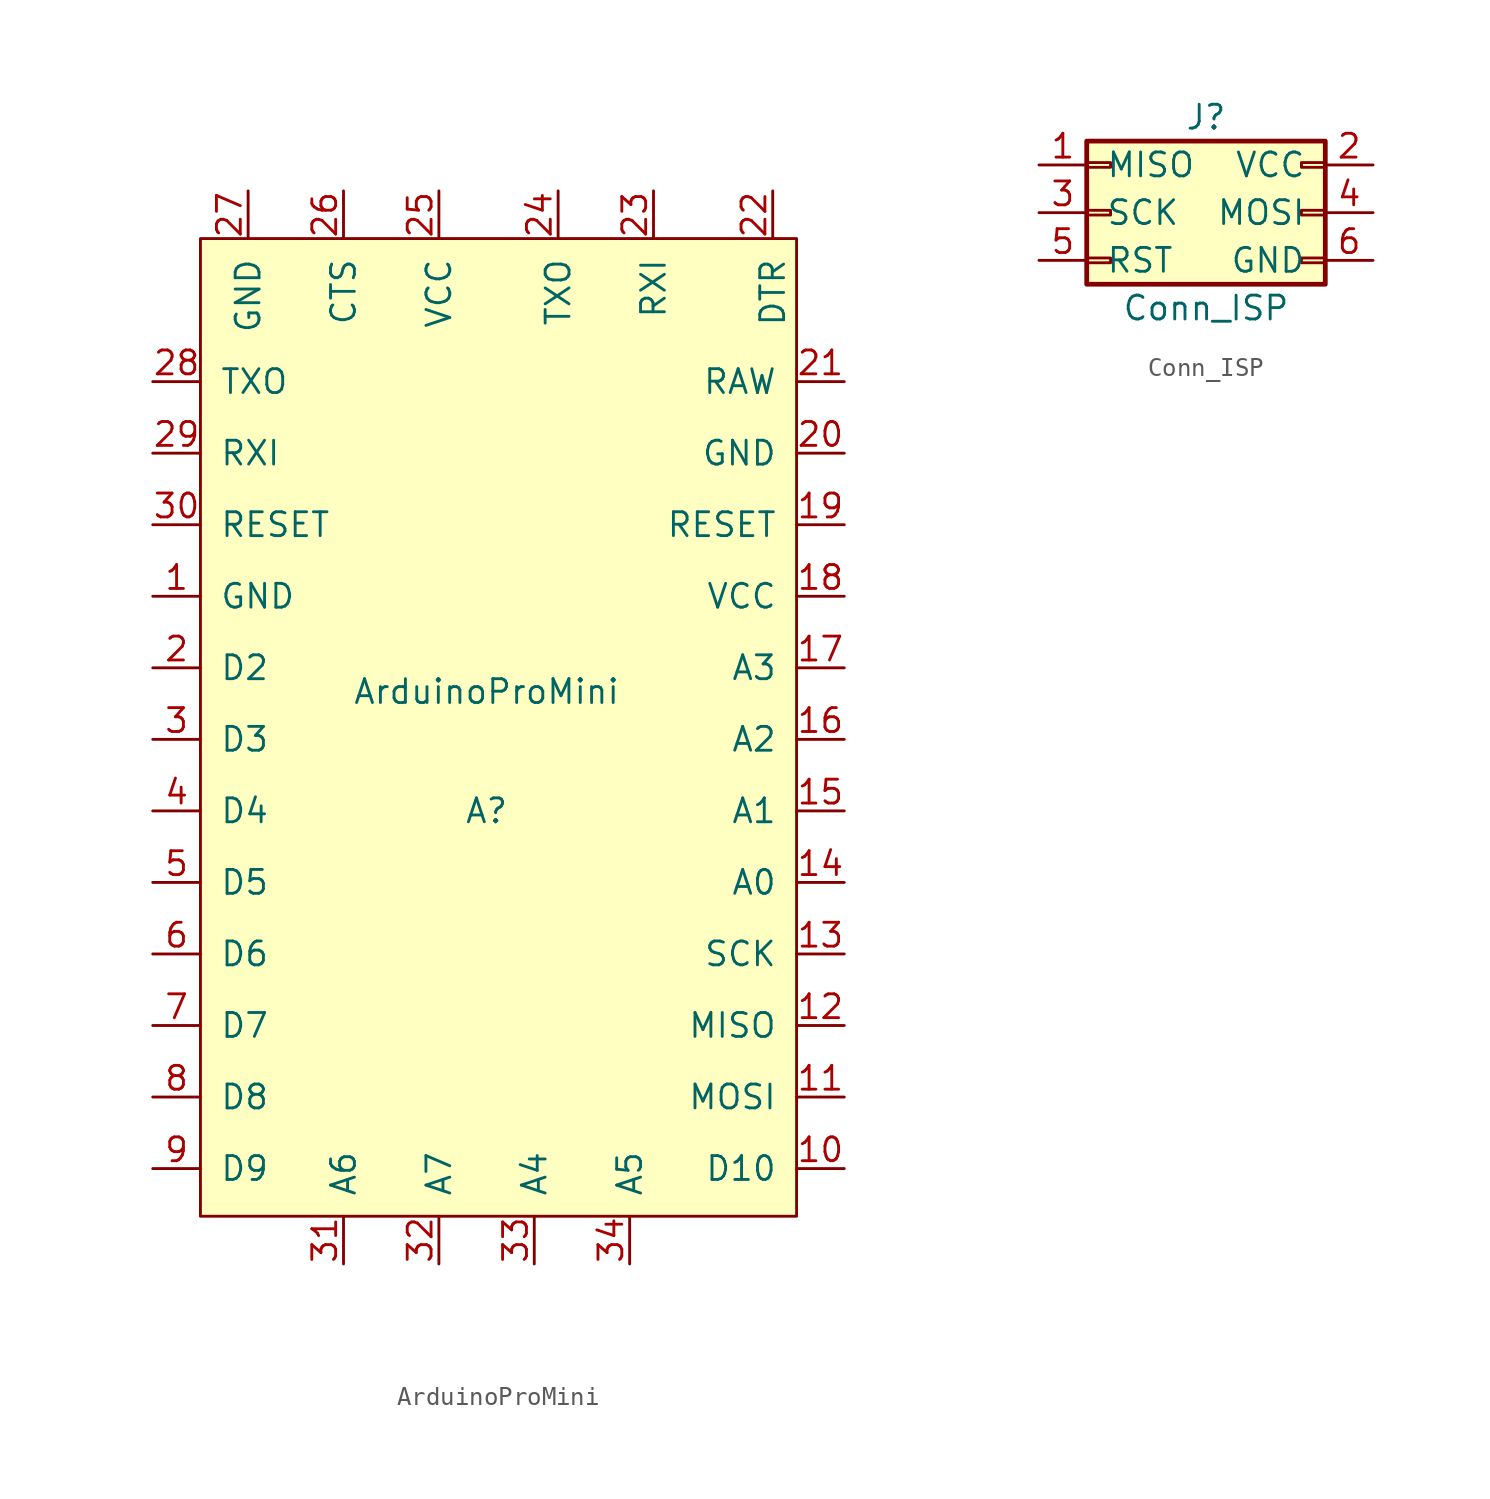
<source format=kicad_sym>
(kicad_symbol_lib
  (version 20211014)
  (generator kicad_symbol_editor)
  (symbol "ArduinoProMini"
    (pin_names
      (offset 1.016))
    (property "Reference" "A"
      (at -1.27 -2.54 0)
      (effects (font (size 1.27 1.27))))
    (property "Value" "ArduinoProMini"
      (at -1.27 3.81 0)
      (effects (font (size 1.27 1.27))))
    (symbol "ArduinoProMini_0_1"
      (rectangle (start -16.51 27.94) (end 15.24 -24.13) (stroke (width 0) (type default) (color 0 0 0 0)) (fill (type background))))
    (symbol "ArduinoProMini_1_1"
      (pin input line (at -19.05 8.89 0) (length 2.54) (name "GND" (effects (font (size 1.27 1.27)))) (number "1" (effects (font (size 1.27 1.27)))))
      (pin bidirectional line (at 17.78 -21.59 180) (length 2.54) (name "D10" (effects (font (size 1.27 1.27)))) (number "10" (effects (font (size 1.27 1.27)))))
      (pin bidirectional line (at 17.78 -17.78 180) (length 2.54) (name "MOSI" (effects (font (size 1.27 1.27)))) (number "11" (effects (font (size 1.27 1.27)))))
      (pin bidirectional line (at 17.78 -13.97 180) (length 2.54) (name "MISO" (effects (font (size 1.27 1.27)))) (number "12" (effects (font (size 1.27 1.27)))))
      (pin bidirectional line (at 17.78 -10.16 180) (length 2.54) (name "SCK" (effects (font (size 1.27 1.27)))) (number "13" (effects (font (size 1.27 1.27)))))
      (pin bidirectional line (at 17.78 -6.35 180) (length 2.54) (name "A0" (effects (font (size 1.27 1.27)))) (number "14" (effects (font (size 1.27 1.27)))))
      (pin bidirectional line (at 17.78 -2.54 180) (length 2.54) (name "A1" (effects (font (size 1.27 1.27)))) (number "15" (effects (font (size 1.27 1.27)))))
      (pin bidirectional line (at 17.78 1.27 180) (length 2.54) (name "A2" (effects (font (size 1.27 1.27)))) (number "16" (effects (font (size 1.27 1.27)))))
      (pin bidirectional line (at 17.78 5.08 180) (length 2.54) (name "A3" (effects (font (size 1.27 1.27)))) (number "17" (effects (font (size 1.27 1.27)))))
      (pin power_in line (at 17.78 8.89 180) (length 2.54) (name "VCC" (effects (font (size 1.27 1.27)))) (number "18" (effects (font (size 1.27 1.27)))))
      (pin input line (at 17.78 12.7 180) (length 2.54) (name "RESET" (effects (font (size 1.27 1.27)))) (number "19" (effects (font (size 1.27 1.27)))))
      (pin bidirectional line (at -19.05 5.08 0) (length 2.54) (name "D2" (effects (font (size 1.27 1.27)))) (number "2" (effects (font (size 1.27 1.27)))))
      (pin input line (at 17.78 16.51 180) (length 2.54) (name "GND" (effects (font (size 1.27 1.27)))) (number "20" (effects (font (size 1.27 1.27)))))
      (pin power_in line (at 17.78 20.32 180) (length 2.54) (name "RAW" (effects (font (size 1.27 1.27)))) (number "21" (effects (font (size 1.27 1.27)))))
      (pin bidirectional line (at 13.97 30.48 270) (length 2.54) (name "DTR" (effects (font (size 1.27 1.27)))) (number "22" (effects (font (size 1.27 1.27)))))
      (pin input line (at 7.62 30.48 270) (length 2.54) (name "RXI" (effects (font (size 1.27 1.27)))) (number "23" (effects (font (size 1.27 1.27)))))
      (pin output line (at 2.54 30.48 270) (length 2.54) (name "TXO" (effects (font (size 1.27 1.27)))) (number "24" (effects (font (size 1.27 1.27)))))
      (pin power_in line (at -3.81 30.48 270) (length 2.54) (name "VCC" (effects (font (size 1.27 1.27)))) (number "25" (effects (font (size 1.27 1.27)))))
      (pin power_in line (at -8.89 30.48 270) (length 2.54) (name "CTS" (effects (font (size 1.27 1.27)))) (number "26" (effects (font (size 1.27 1.27)))))
      (pin power_in line (at -13.97 30.48 270) (length 2.54) (name "GND" (effects (font (size 1.27 1.27)))) (number "27" (effects (font (size 1.27 1.27)))))
      (pin output line (at -19.05 20.32 0) (length 2.54) (name "TXO" (effects (font (size 1.27 1.27)))) (number "28" (effects (font (size 1.27 1.27)))))
      (pin output line (at -19.05 16.51 0) (length 2.54) (name "RXI" (effects (font (size 1.27 1.27)))) (number "29" (effects (font (size 1.27 1.27)))))
      (pin bidirectional line (at -19.05 1.27 0) (length 2.54) (name "D3" (effects (font (size 1.27 1.27)))) (number "3" (effects (font (size 1.27 1.27)))))
      (pin output line (at -19.05 12.7 0) (length 2.54) (name "RESET" (effects (font (size 1.27 1.27)))) (number "30" (effects (font (size 1.27 1.27)))))
      (pin bidirectional line (at -8.89 -26.67 90) (length 2.54) (name "A6" (effects (font (size 1.27 1.27)))) (number "31" (effects (font (size 1.27 1.27)))))
      (pin bidirectional line (at -3.81 -26.67 90) (length 2.54) (name "A7" (effects (font (size 1.27 1.27)))) (number "32" (effects (font (size 1.27 1.27)))))
      (pin bidirectional line (at 1.27 -26.67 90) (length 2.54) (name "A4" (effects (font (size 1.27 1.27)))) (number "33" (effects (font (size 1.27 1.27)))))
      (pin bidirectional line (at 6.35 -26.67 90) (length 2.54) (name "A5" (effects (font (size 1.27 1.27)))) (number "34" (effects (font (size 1.27 1.27)))))
      (pin bidirectional line (at -19.05 -2.54 0) (length 2.54) (name "D4" (effects (font (size 1.27 1.27)))) (number "4" (effects (font (size 1.27 1.27)))))
      (pin bidirectional line (at -19.05 -6.35 0) (length 2.54) (name "D5" (effects (font (size 1.27 1.27)))) (number "5" (effects (font (size 1.27 1.27)))))
      (pin bidirectional line (at -19.05 -10.16 0) (length 2.54) (name "D6" (effects (font (size 1.27 1.27)))) (number "6" (effects (font (size 1.27 1.27)))))
      (pin bidirectional line (at -19.05 -13.97 0) (length 2.54) (name "D7" (effects (font (size 1.27 1.27)))) (number "7" (effects (font (size 1.27 1.27)))))
      (pin bidirectional line (at -19.05 -17.78 0) (length 2.54) (name "D8" (effects (font (size 1.27 1.27)))) (number "8" (effects (font (size 1.27 1.27)))))
      (pin bidirectional line (at -19.05 -21.59 0) (length 2.54) (name "D9" (effects (font (size 1.27 1.27)))) (number "9" (effects (font (size 1.27 1.27)))))))
  (symbol "Conn_ISP"
    (pin_names
      (offset 1.016))
    (property "Reference" "J"
      (at 0 5.08 0)
      (effects (font (size 1.27 1.27))))
    (property "Value" "Conn_ISP"
      (at 0 -5.08 0)
      (effects (font (size 1.27 1.27))))
    (symbol "Conn_ISP_1_1"
      (rectangle (start -6.35 -2.413) (end -5.08 -2.667) (stroke (width 0.152) (type default) (color 0 0 0 0)) (fill (type none)))
      (rectangle (start -6.35 0.127) (end -5.08 -0.127) (stroke (width 0.152) (type default) (color 0 0 0 0)) (fill (type none)))
      (rectangle (start -6.35 2.667) (end -5.08 2.413) (stroke (width 0.152) (type default) (color 0 0 0 0)) (fill (type none)))
      (rectangle (start -6.35 3.81) (end 6.35 -3.81) (stroke (width 0.254) (type default) (color 0 0 0 0)) (fill (type background)))
      (rectangle (start 6.35 -2.413) (end 5.08 -2.667) (stroke (width 0.152) (type default) (color 0 0 0 0)) (fill (type none)))
      (rectangle (start 6.35 0.127) (end 5.08 -0.127) (stroke (width 0.152) (type default) (color 0 0 0 0)) (fill (type none)))
      (rectangle (start 6.35 2.667) (end 5.08 2.413) (stroke (width 0.152) (type default) (color 0 0 0 0)) (fill (type none)))
      (pin passive line (at -8.89 2.54 0) (length 2.54) (name "MISO" (effects (font (size 1.27 1.27)))) (number "1" (effects (font (size 1.27 1.27)))))
      (pin passive line (at 8.89 2.54 180) (length 2.54) (name "VCC" (effects (font (size 1.27 1.27)))) (number "2" (effects (font (size 1.27 1.27)))))
      (pin passive line (at -8.89 0 0) (length 2.54) (name "SCK" (effects (font (size 1.27 1.27)))) (number "3" (effects (font (size 1.27 1.27)))))
      (pin passive line (at 8.89 0 180) (length 2.54) (name "MOSI" (effects (font (size 1.27 1.27)))) (number "4" (effects (font (size 1.27 1.27)))))
      (pin passive line (at -8.89 -2.54 0) (length 2.54) (name "RST" (effects (font (size 1.27 1.27)))) (number "5" (effects (font (size 1.27 1.27)))))
      (pin passive line (at 8.89 -2.54 180) (length 2.54) (name "GND" (effects (font (size 1.27 1.27)))) (number "6" (effects (font (size 1.27 1.27))))))))
</source>
